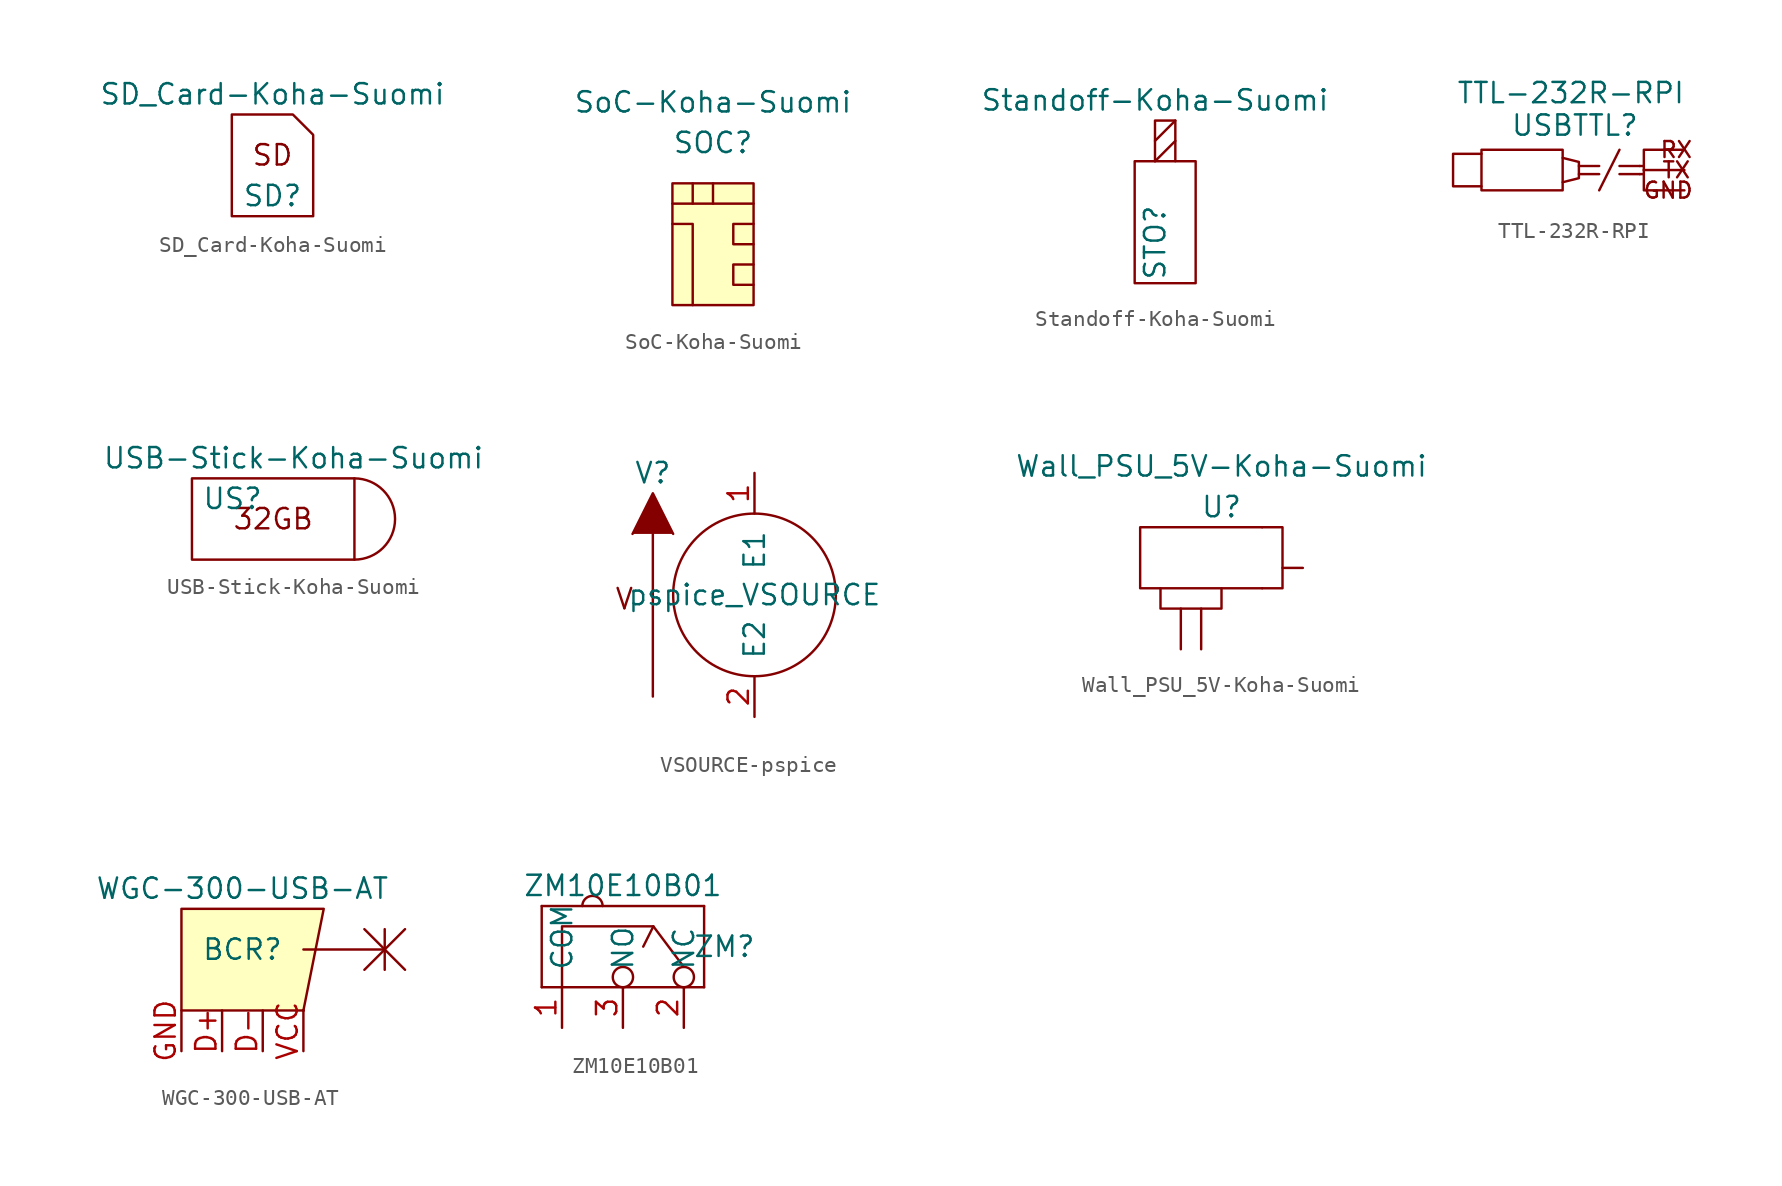
<source format=kicad_sym>
(kicad_symbol_lib
  (version 20220914)
  (generator kicad_symbol_editor)
  (symbol "SD_Card-Koha-Suomi"
    (pin_names
      (offset 1.016))
    (property "Reference" "SD"
      (at 0 -1.27 0)
      (effects (font (size 1.27 1.27))))
    (property "Value" "SD_Card-Koha-Suomi"
      (at 0 5.08 0)
      (effects (font (size 1.27 1.27))))
    (symbol "SD_Card-Koha-Suomi_0_0"
      (text "SD" (at 0 1.27 0) (effects (font (size 1.27 1.27)))))
    (symbol "SD_Card-Koha-Suomi_0_1"
      (polyline (pts (xy -2.54 2.54) (xy -2.54 -2.54) (xy 2.54 -2.54) (xy 2.54 2.54) (xy 1.27 3.81) (xy -2.54 3.81) (xy -2.54 2.54)) (stroke (width 0) (type solid)) (fill (type none)))))
  (symbol "SoC-Koha-Suomi"
    (pin_names
      (offset 1.016))
    (property "Reference" "SOC"
      (at 0 6.35 0)
      (effects (font (size 1.27 1.27))))
    (property "Value" "SoC-Koha-Suomi"
      (at 0 8.89 0)
      (effects (font (size 1.27 1.27))))
    (symbol "SoC-Koha-Suomi_0_1"
      (rectangle (start -2.54 3.81) (end 2.54 -3.81) (stroke (width 0) (type solid)) (fill (type background)))
      (polyline (pts (xy -2.54 2.54) (xy 2.54 2.54)) (stroke (width 0) (type solid)) (fill (type none)))
      (polyline (pts (xy -1.27 2.54) (xy -1.27 3.81)) (stroke (width 0) (type solid)) (fill (type none)))
      (polyline (pts (xy 0 2.54) (xy 0 3.81)) (stroke (width 0) (type solid)) (fill (type none)))
      (polyline (pts (xy -2.54 1.27) (xy -1.27 1.27) (xy -1.27 -3.81)) (stroke (width 0) (type solid)) (fill (type none)))
      (polyline (pts (xy 2.54 -1.27) (xy 1.27 -1.27) (xy 1.27 -2.54) (xy 2.54 -2.54)) (stroke (width 0) (type solid)) (fill (type none)))
      (polyline (pts (xy 2.54 1.27) (xy 1.27 1.27) (xy 1.27 0) (xy 2.54 0)) (stroke (width 0) (type solid)) (fill (type none)))))
  (symbol "Standoff-Koha-Suomi"
    (pin_names
      (offset 1.016))
    (property "Reference" "STO"
      (at 0 -5.08 90)
      (effects (font (size 1.27 1.27))))
    (property "Value" "Standoff-Koha-Suomi"
      (at 0 3.81 0)
      (effects (font (size 1.27 1.27))))
    (symbol "Standoff-Koha-Suomi_0_1"
      (rectangle (start -1.27 0) (end 2.54 -7.62) (stroke (width 0) (type solid)) (fill (type none)))
      (polyline (pts (xy 1.27 1.27) (xy 0 0)) (stroke (width 0) (type solid)) (fill (type none)))
      (polyline (pts (xy 1.27 2.54) (xy 0 1.27)) (stroke (width 0) (type solid)) (fill (type none)))
      (polyline (pts (xy 0 0) (xy 0 2.54) (xy 1.27 2.54) (xy 1.27 0)) (stroke (width 0) (type solid)) (fill (type none)))))
  (symbol "TTL-232R-RPI"
    (property "Reference" "USBTTL"
      (at 0 2.794 0)
      (effects (font (size 1.27 1.27))))
    (property "Value" "TTL-232R-RPI"
      (at -0.254 4.826 0)
      (effects (font (size 1.27 1.27))))
    (symbol "TTL-232R-RPI_0_1"
      (polyline (pts (xy 0.254 -0.254) (xy 1.524 -0.254)) (stroke (width 0) (type default)) (fill (type none)))
      (polyline (pts (xy 0.254 0.254) (xy 1.524 0.254)) (stroke (width 0) (type default)) (fill (type none)))
      (polyline (pts (xy 2.794 -0.254) (xy 4.064 -0.254)) (stroke (width 0) (type default)) (fill (type none)))
      (polyline (pts (xy 2.794 0.254) (xy 4.064 0.254)) (stroke (width 0) (type default)) (fill (type none)))
      (polyline (pts (xy 2.794 1.27) (xy 1.524 -1.27)) (stroke (width 0) (type default)) (fill (type none)))
      (polyline (pts (xy 4.064 -0.254) (xy 4.318 -0.254)) (stroke (width 0) (type default)) (fill (type none)))
      (polyline (pts (xy 4.064 0.254) (xy 4.318 0.254)) (stroke (width 0) (type default)) (fill (type none)))
      (polyline (pts (xy 4.318 0) (xy 6.858 0)) (stroke (width 0) (type default)) (fill (type none)))
      (polyline (pts (xy 4.318 0) (xy 4.318 -1.27) (xy 6.858 -1.27)) (stroke (width 0) (type default)) (fill (type none)))
      (polyline (pts (xy 4.318 0) (xy 4.318 1.27) (xy 6.858 1.27)) (stroke (width 0) (type default)) (fill (type none)))
      (polyline (pts (xy -0.762 -0.762) (xy 0.254 -0.508) (xy 0.254 0.508) (xy -0.762 0.762)) (stroke (width 0) (type default)) (fill (type none)))
      (polyline (pts (xy -5.842 1.016) (xy -7.62 1.016) (xy -7.62 -0.762) (xy -7.62 -1.016) (xy -5.842 -1.016)) (stroke (width 0) (type default)) (fill (type none)))
      (polyline (pts (xy -5.842 1.27) (xy -0.762 1.27) (xy -0.762 -1.27) (xy -5.842 -1.27) (xy -5.842 1.27)) (stroke (width 0) (type default)) (fill (type none))))
    (symbol "TTL-232R-RPI_1_1"
      (text "GND" (at 5.842 -1.27 0) (effects (font (size 1 1))))
      (text "RX" (at 6.35 1.27 0) (effects (font (size 1 1))))
      (text "TX" (at 6.35 0 0) (effects (font (size 1 1))))))
  (symbol "USB-Stick-Koha-Suomi"
    (pin_names
      (offset 1.016))
    (property "Reference" "US"
      (at -2.54 1.27 0)
      (effects (font (size 1.27 1.27))))
    (property "Value" "USB-Stick-Koha-Suomi"
      (at 1.27 3.81 0)
      (effects (font (size 1.27 1.27))))
    (symbol "USB-Stick-Koha-Suomi_0_0"
      (polyline (pts (xy -5.08 2.54) (xy 5.08 2.54) (xy 5.08 -2.54) (xy -5.08 -2.54) (xy -5.08 2.54)) (stroke (width 0) (type solid)) (fill (type none)))
      (arc (start 5.08 -2.54) (mid 7.609 0) (end 5.08 2.54) (stroke (width 0) (type solid)) (fill (type none)))
      (text "32GB" (at 0 0 0) (effects (font (size 1.27 1.27))))))
  (symbol "VSOURCE-pspice"
    (pin_names
      (offset 1.016))
    (property "Reference" "V"
      (at -6.35 7.62 0)
      (effects (font (size 1.27 1.27))))
    (property "Value" "pspice_VSOURCE"
      (at 0 0 0)
      (effects (font (size 1.27 1.27))))
    (symbol "VSOURCE-pspice_0_1"
      (polyline (pts (xy -6.35 -6.35) (xy -6.35 3.81)) (stroke (width 0) (type solid)) (fill (type outline)))
      (polyline (pts (xy -7.62 3.81) (xy -6.35 6.35) (xy -5.08 3.81)) (stroke (width 0) (type solid)) (fill (type outline)))
      (circle (center 0 0) (radius 5.08) (stroke (width 0) (type solid)) (fill (type none)))
      (text "V" (at -8.128 -0.254 0) (effects (font (size 1.27 1.27)))))
    (symbol "VSOURCE-pspice_1_1"
      (pin input line (at 0 7.62 270) (length 2.54) (name "E1" (effects (font (size 1.27 1.27)))) (number "1" (effects (font (size 1.27 1.27)))))
      (pin input line (at 0 -7.62 90) (length 2.54) (name "E2" (effects (font (size 1.27 1.27)))) (number "2" (effects (font (size 1.27 1.27)))))))
  (symbol "Wall_PSU_5V-Koha-Suomi"
    (pin_names
      (offset 1.016))
    (property "Reference" "U"
      (at 0 6.35 0)
      (effects (font (size 1.27 1.27))))
    (property "Value" "Wall_PSU_5V-Koha-Suomi"
      (at 0 8.89 0)
      (effects (font (size 1.27 1.27))))
    (symbol "Wall_PSU_5V-Koha-Suomi_0_0"
      (polyline (pts (xy -2.54 0) (xy -2.54 -2.54)) (stroke (width 0) (type solid)) (fill (type none)))
      (polyline (pts (xy -1.27 0) (xy -1.27 -2.54)) (stroke (width 0) (type solid)) (fill (type none)))
      (polyline (pts (xy 2.54 1.27) (xy 0 1.27)) (stroke (width 0) (type solid)) (fill (type none)))
      (polyline (pts (xy 3.81 2.54) (xy 5.08 2.54)) (stroke (width 0) (type solid)) (fill (type none)))
      (polyline (pts (xy -3.81 1.27) (xy -5.08 1.27) (xy -5.08 5.08) (xy 2.54 5.08)) (stroke (width 0) (type solid)) (fill (type none)))
      (polyline (pts (xy 2.54 5.08) (xy 3.81 5.08) (xy 3.81 1.27) (xy 2.54 1.27)) (stroke (width 0) (type solid)) (fill (type none)))
      (polyline (pts (xy -3.81 1.27) (xy -3.81 0) (xy 0 0) (xy 0 1.27) (xy -3.81 1.27)) (stroke (width 0) (type solid)) (fill (type none)))))
  (symbol "WGC-300-USB-AT"
    (pin_names
      (offset 1.016))
    (property "Reference" "BCR"
      (at 0 -5.08 0)
      (effects (font (size 1.27 1.27))))
    (property "Value" "WGC-300-USB-AT"
      (at 0 -1.27 0)
      (effects (font (size 1.27 1.27))))
    (symbol "WGC-300-USB-AT_0_0"
      (polyline (pts (xy 3.81 -8.89) (xy 3.81 -8.89)) (stroke (width 0) (type solid)) (fill (type none)))
      (polyline (pts (xy 3.81 -8.89) (xy 3.81 -8.89)) (stroke (width 0) (type solid)) (fill (type none)))
      (polyline (pts (xy 3.81 -8.89) (xy 3.81 -8.89)) (stroke (width 0) (type solid)) (fill (type none)))
      (polyline (pts (xy 3.81 -8.89) (xy 3.81 -8.89)) (stroke (width 0) (type solid)) (fill (type none)))
      (polyline (pts (xy 3.81 -5.08) (xy 8.89 -5.08)) (stroke (width 0) (type solid)) (fill (type none)))
      (polyline (pts (xy 7.62 -3.81) (xy 10.16 -6.35)) (stroke (width 0) (type solid)) (fill (type none)))
      (polyline (pts (xy 8.89 -3.81) (xy 8.89 -6.35)) (stroke (width 0) (type solid)) (fill (type none)))
      (polyline (pts (xy 10.16 -3.81) (xy 7.62 -6.35)) (stroke (width 0) (type solid)) (fill (type none)))
      (polyline (pts (xy 3.81 -8.89) (xy 5.08 -2.54) (xy -3.81 -2.54) (xy -3.81 -8.89) (xy 3.81 -8.89)) (stroke (width 0) (type solid)) (fill (type background))))
    (symbol "WGC-300-USB-AT_1_1"
      (pin input line (at -1.27 -11.43 90) (length 2.54) (name "~" (effects (font (size 1.27 1.27)))) (number "D+" (effects (font (size 1.27 1.27)))))
      (pin output line (at 1.27 -11.43 90) (length 2.54) (name "~" (effects (font (size 1.27 1.27)))) (number "D-" (effects (font (size 1.27 1.27)))))
      (pin output line (at -3.81 -11.43 90) (length 2.54) (name "~" (effects (font (size 1.27 1.27)))) (number "GND" (effects (font (size 1.27 1.27)))))
      (pin input line (at 3.81 -11.43 90) (length 2.54) (name "~" (effects (font (size 1.27 1.27)))) (number "VCC" (effects (font (size 1.27 1.27)))))))
  (symbol "ZM10E10B01"
    (pin_names
      (offset 1.016))
    (property "Reference" "ZM"
      (at 6.35 2.54 0)
      (effects (font (size 1.27 1.27))))
    (property "Value" "ZM10E10B01"
      (at 0 6.35 0)
      (effects (font (size 1.27 1.27))))
    (symbol "ZM10E10B01_0_1"
      (rectangle (start -5.08 0) (end 5.08 0) (stroke (width 0) (type solid)) (fill (type none)))
      (rectangle (start -5.08 5.08) (end -5.08 0) (stroke (width 0) (type solid)) (fill (type none)))
      (rectangle (start -5.08 5.08) (end 5.08 5.08) (stroke (width 0) (type solid)) (fill (type none)))
      (arc (start -1.27 5.08) (mid -1.905 5.7123) (end -2.54 5.08) (stroke (width 0) (type solid)) (fill (type none)))
      (polyline (pts (xy 1.905 3.81) (xy 1.27 2.54)) (stroke (width 0) (type solid)) (fill (type none)))
      (polyline (pts (xy 3.81 1.27) (xy 1.905 3.81) (xy -3.81 3.81) (xy -3.81 0)) (stroke (width 0) (type solid)) (fill (type none)))
      (circle (center 0 0.635) (radius 0.635) (stroke (width 0) (type solid)) (fill (type none)))
      (circle (center 3.81 0.635) (radius 0.635) (stroke (width 0) (type solid)) (fill (type none)))
      (rectangle (start 5.08 0) (end 5.08 5.08) (stroke (width 0) (type solid)) (fill (type none))))
    (symbol "ZM10E10B01_1_1"
      (pin passive line (at -3.81 -2.54 90) (length 2.54) (name "COM" (effects (font (size 1.27 1.27)))) (number "1" (effects (font (size 1.27 1.27)))))
      (pin passive line (at 3.81 -2.54 90) (length 2.54) (name "NC" (effects (font (size 1.27 1.27)))) (number "2" (effects (font (size 1.27 1.27)))))
      (pin passive line (at 0 -2.54 90) (length 2.54) (name "NO" (effects (font (size 1.27 1.27)))) (number "3" (effects (font (size 1.27 1.27))))))))
</source>
